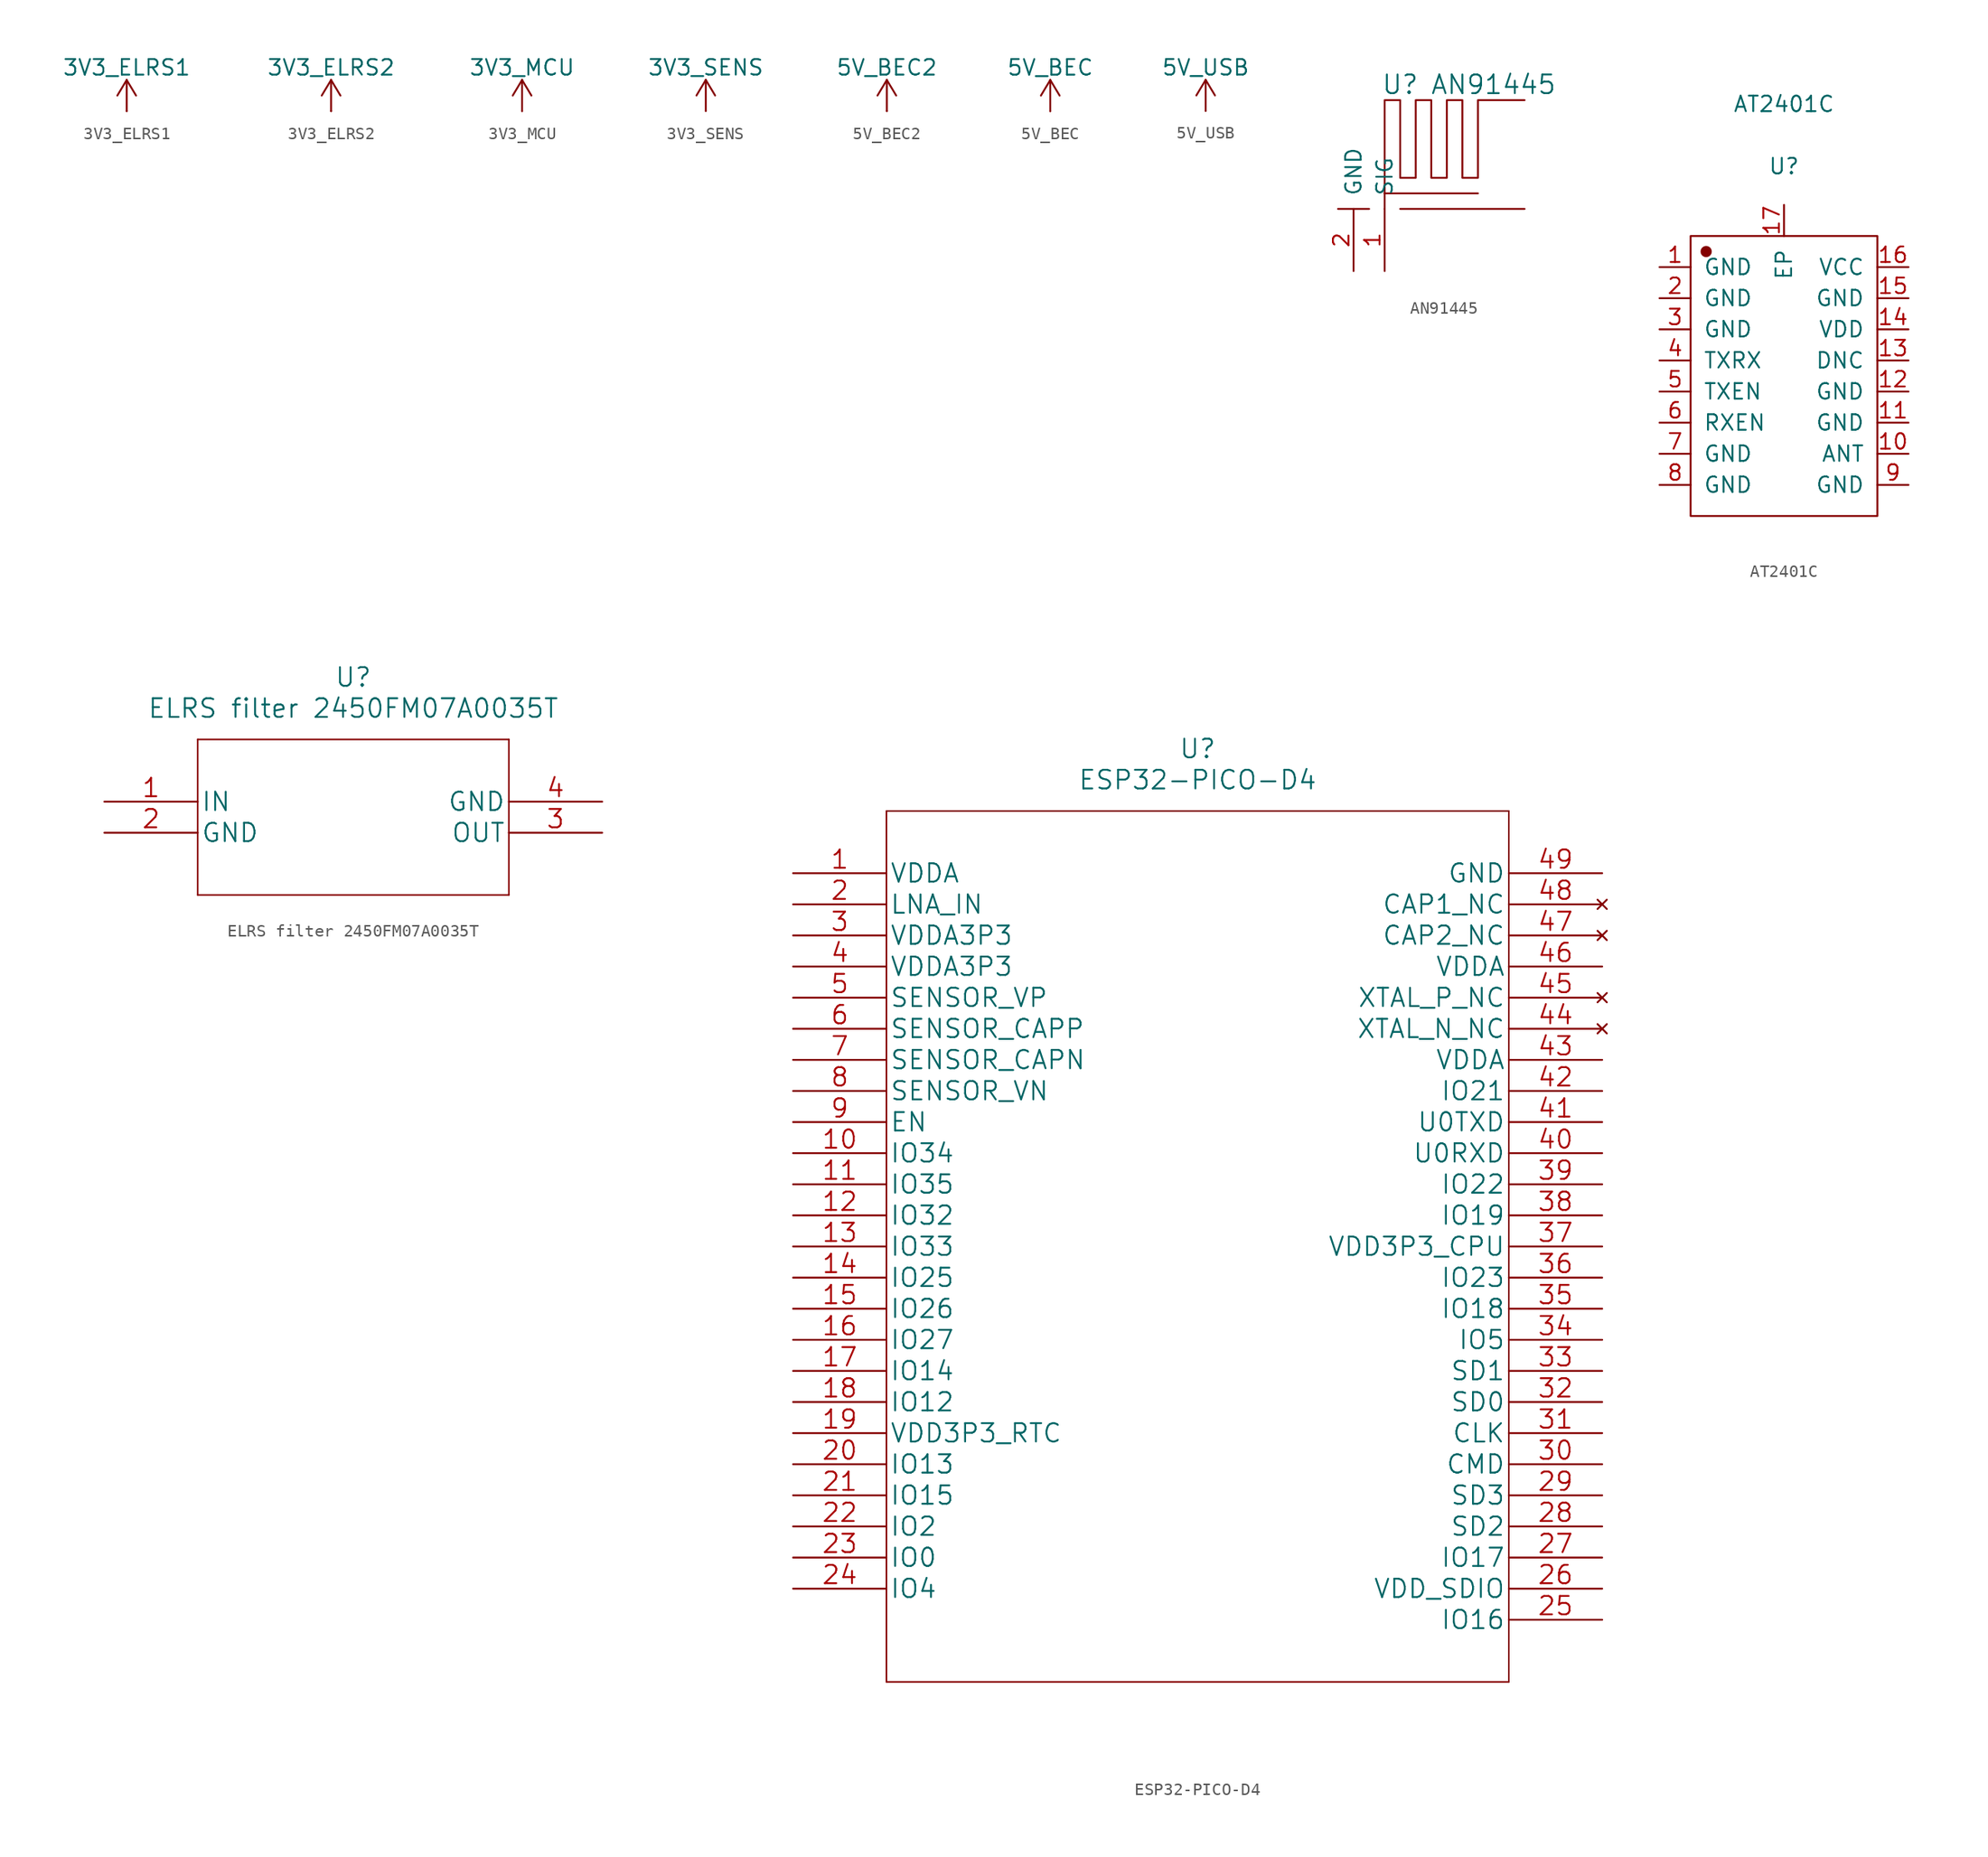
<source format=kicad_sym>
(kicad_symbol_lib
  (version 20231120)
  (generator "kicad_symbol_editor")
  (generator_version "8.0")
  (symbol "3V3_ELRS1"
    (power)
    (pin_numbers hide)
    (pin_names
      (offset 0) hide)
    (property "Reference" "#PWR"
      (at 0 -3.81 0)
      (effects (font (size 1.27 1.27)) (hide yes)))
    (property "Value" "3V3_ELRS1"
      (at 0 3.556 0)
      (effects (font (size 1.27 1.27))))
    (symbol "3V3_ELRS1_0_1"
      (polyline (pts (xy -0.762 1.27) (xy 0 2.54)) (stroke (width 0) (type default)) (fill (type none)))
      (polyline (pts (xy 0 0) (xy 0 2.54)) (stroke (width 0) (type default)) (fill (type none)))
      (polyline (pts (xy 0 2.54) (xy 0.762 1.27)) (stroke (width 0) (type default)) (fill (type none))))
    (symbol "3V3_ELRS1_1_1"
      (pin power_in line (at 0 0 90) (length 0) (name "~" (effects (font (size 1.27 1.27)))) (number "1" (effects (font (size 1.27 1.27)))))))
  (symbol "3V3_ELRS2"
    (power)
    (pin_numbers hide)
    (pin_names
      (offset 0) hide)
    (property "Reference" "#PWR"
      (at 0 -3.81 0)
      (effects (font (size 1.27 1.27)) (hide yes)))
    (property "Value" "3V3_ELRS2"
      (at 0 3.556 0)
      (effects (font (size 1.27 1.27))))
    (symbol "3V3_ELRS2_0_1"
      (polyline (pts (xy -0.762 1.27) (xy 0 2.54)) (stroke (width 0) (type default)) (fill (type none)))
      (polyline (pts (xy 0 0) (xy 0 2.54)) (stroke (width 0) (type default)) (fill (type none)))
      (polyline (pts (xy 0 2.54) (xy 0.762 1.27)) (stroke (width 0) (type default)) (fill (type none))))
    (symbol "3V3_ELRS2_1_1"
      (pin power_in line (at 0 0 90) (length 0) (name "~" (effects (font (size 1.27 1.27)))) (number "1" (effects (font (size 1.27 1.27)))))))
  (symbol "3V3_MCU"
    (power)
    (pin_numbers hide)
    (pin_names
      (offset 0) hide)
    (property "Reference" "#PWR"
      (at 0 -3.81 0)
      (effects (font (size 1.27 1.27)) (hide yes)))
    (property "Value" "3V3_MCU"
      (at 0 3.556 0)
      (effects (font (size 1.27 1.27))))
    (symbol "3V3_MCU_0_1"
      (polyline (pts (xy -0.762 1.27) (xy 0 2.54)) (stroke (width 0) (type default)) (fill (type none)))
      (polyline (pts (xy 0 0) (xy 0 2.54)) (stroke (width 0) (type default)) (fill (type none)))
      (polyline (pts (xy 0 2.54) (xy 0.762 1.27)) (stroke (width 0) (type default)) (fill (type none))))
    (symbol "3V3_MCU_1_1"
      (pin power_in line (at 0 0 90) (length 0) (name "~" (effects (font (size 1.27 1.27)))) (number "1" (effects (font (size 1.27 1.27)))))))
  (symbol "3V3_SENS"
    (power)
    (pin_numbers hide)
    (pin_names
      (offset 0) hide)
    (property "Reference" "#PWR"
      (at 0 -3.81 0)
      (effects (font (size 1.27 1.27)) (hide yes)))
    (property "Value" "3V3_SENS"
      (at 0 3.556 0)
      (effects (font (size 1.27 1.27))))
    (symbol "3V3_SENS_0_1"
      (polyline (pts (xy -0.762 1.27) (xy 0 2.54)) (stroke (width 0) (type default)) (fill (type none)))
      (polyline (pts (xy 0 0) (xy 0 2.54)) (stroke (width 0) (type default)) (fill (type none)))
      (polyline (pts (xy 0 2.54) (xy 0.762 1.27)) (stroke (width 0) (type default)) (fill (type none))))
    (symbol "3V3_SENS_1_1"
      (pin power_in line (at 0 0 90) (length 0) (name "~" (effects (font (size 1.27 1.27)))) (number "1" (effects (font (size 1.27 1.27)))))))
  (symbol "5V_BEC2"
    (power)
    (pin_numbers hide)
    (pin_names
      (offset 0) hide)
    (property "Reference" "#PWR"
      (at 0 -3.81 0)
      (effects (font (size 1.27 1.27)) (hide yes)))
    (property "Value" "5V_BEC2"
      (at 0 3.556 0)
      (effects (font (size 1.27 1.27))))
    (symbol "5V_BEC2_0_1"
      (polyline (pts (xy -0.762 1.27) (xy 0 2.54)) (stroke (width 0) (type default)) (fill (type none)))
      (polyline (pts (xy 0 0) (xy 0 2.54)) (stroke (width 0) (type default)) (fill (type none)))
      (polyline (pts (xy 0 2.54) (xy 0.762 1.27)) (stroke (width 0) (type default)) (fill (type none))))
    (symbol "5V_BEC2_1_1"
      (pin power_in line (at 0 0 90) (length 0) (name "~" (effects (font (size 1.27 1.27)))) (number "1" (effects (font (size 1.27 1.27)))))))
  (symbol "5V_BEC"
    (power)
    (pin_numbers hide)
    (pin_names
      (offset 0) hide)
    (property "Reference" "#PWR"
      (at 0 -3.81 0)
      (effects (font (size 1.27 1.27)) (hide yes)))
    (property "Value" "5V_BEC"
      (at 0 3.556 0)
      (effects (font (size 1.27 1.27))))
    (symbol "5V_BEC_0_1"
      (polyline (pts (xy -0.762 1.27) (xy 0 2.54)) (stroke (width 0) (type default)) (fill (type none)))
      (polyline (pts (xy 0 0) (xy 0 2.54)) (stroke (width 0) (type default)) (fill (type none)))
      (polyline (pts (xy 0 2.54) (xy 0.762 1.27)) (stroke (width 0) (type default)) (fill (type none))))
    (symbol "5V_BEC_1_1"
      (pin power_in line (at 0 0 90) (length 0) (name "~" (effects (font (size 1.27 1.27)))) (number "1" (effects (font (size 1.27 1.27)))))))
  (symbol "5V_USB"
    (power)
    (pin_numbers hide)
    (pin_names
      (offset 0) hide)
    (property "Reference" "#PWR"
      (at 0 -3.81 0)
      (effects (font (size 1.27 1.27)) (hide yes)))
    (property "Value" "5V_USB"
      (at 0 3.556 0)
      (effects (font (size 1.27 1.27))))
    (symbol "5V_USB_0_1"
      (polyline (pts (xy -0.762 1.27) (xy 0 2.54)) (stroke (width 0) (type default)) (fill (type none)))
      (polyline (pts (xy 0 0) (xy 0 2.54)) (stroke (width 0) (type default)) (fill (type none)))
      (polyline (pts (xy 0 2.54) (xy 0.762 1.27)) (stroke (width 0) (type default)) (fill (type none))))
    (symbol "5V_USB_1_1"
      (pin power_in line (at 0 0 90) (length 0) (name "~" (effects (font (size 1.27 1.27)))) (number "1" (effects (font (size 1.27 1.27)))))))
  (symbol "AN91445"
    (pin_names
      (offset 1.016))
    (property "Reference" "U"
      (at 1.27 8.89 0)
      (effects (font (size 1.524 1.524))))
    (property "Value" "AN91445"
      (at 8.89 8.89 0)
      (effects (font (size 1.524 1.524))))
    (symbol "AN91445_0_1"
      (polyline (pts (xy -1.27 -1.27) (xy -3.81 -1.27)) (stroke (width 0) (type default)) (fill (type none)))
      (polyline (pts (xy 0 0) (xy 0 -1.27)) (stroke (width 0) (type default)) (fill (type none)))
      (polyline (pts (xy 0 0) (xy 7.62 0)) (stroke (width 0) (type default)) (fill (type none)))
      (polyline (pts (xy 1.27 -1.27) (xy 11.43 -1.27)) (stroke (width 0) (type default)) (fill (type none)))
      (polyline (pts (xy 0 0) (xy 0 7.62) (xy 1.27 7.62) (xy 1.27 1.27) (xy 2.54 1.27) (xy 2.54 7.62) (xy 3.81 7.62) (xy 3.81 1.27) (xy 5.08 1.27) (xy 5.08 7.62) (xy 6.35 7.62) (xy 6.35 1.27) (xy 7.62 1.27) (xy 7.62 7.62) (xy 11.43 7.62)) (stroke (width 0) (type default)) (fill (type none))))
    (symbol "AN91445_1_1"
      (pin input line (at 0 -6.35 90) (length 5.08) (name "SIG" (effects (font (size 1.27 1.27)))) (number "1" (effects (font (size 1.27 1.27)))))
      (pin input line (at -2.54 -6.35 90) (length 5.08) (name "GND" (effects (font (size 1.27 1.27)))) (number "2" (effects (font (size 1.27 1.27)))))))
  (symbol "AT2401C"
    (pin_names
      (offset 1.016))
    (property "Reference" "U"
      (at 0 17.12 0)
      (effects (font (size 1.27 1.27))))
    (property "Value" "AT2401C"
      (at 0 22.2 0)
      (effects (font (size 1.27 1.27))))
    (symbol "AT2401C_1_1"
      (rectangle (start -7.62 11.43) (end 7.62 -11.43) (stroke (width 0.152) (type default)) (fill (type none)))
      (circle (center -6.35 10.16) (radius 0.381) (stroke (width 0.152) (type default)) (fill (type outline)))
      (pin input line (at -10.16 8.89 0) (length 2.54) (name "GND" (effects (font (size 1.27 1.27)))) (number "1" (effects (font (size 1.27 1.27)))))
      (pin input line (at 10.16 -6.35 180) (length 2.54) (name "ANT" (effects (font (size 1.27 1.27)))) (number "10" (effects (font (size 1.27 1.27)))))
      (pin input line (at 10.16 -3.81 180) (length 2.54) (name "GND" (effects (font (size 1.27 1.27)))) (number "11" (effects (font (size 1.27 1.27)))))
      (pin input line (at 10.16 -1.27 180) (length 2.54) (name "GND" (effects (font (size 1.27 1.27)))) (number "12" (effects (font (size 1.27 1.27)))))
      (pin input line (at 10.16 1.27 180) (length 2.54) (name "DNC" (effects (font (size 1.27 1.27)))) (number "13" (effects (font (size 1.27 1.27)))))
      (pin input line (at 10.16 3.81 180) (length 2.54) (name "VDD" (effects (font (size 1.27 1.27)))) (number "14" (effects (font (size 1.27 1.27)))))
      (pin input line (at 10.16 6.35 180) (length 2.54) (name "GND" (effects (font (size 1.27 1.27)))) (number "15" (effects (font (size 1.27 1.27)))))
      (pin input line (at 10.16 8.89 180) (length 2.54) (name "VCC" (effects (font (size 1.27 1.27)))) (number "16" (effects (font (size 1.27 1.27)))))
      (pin input line (at 0 13.97 270) (length 2.54) (name "EP" (effects (font (size 1.27 1.27)))) (number "17" (effects (font (size 1.27 1.27)))))
      (pin input line (at -10.16 6.35 0) (length 2.54) (name "GND" (effects (font (size 1.27 1.27)))) (number "2" (effects (font (size 1.27 1.27)))))
      (pin input line (at -10.16 3.81 0) (length 2.54) (name "GND" (effects (font (size 1.27 1.27)))) (number "3" (effects (font (size 1.27 1.27)))))
      (pin input line (at -10.16 1.27 0) (length 2.54) (name "TXRX" (effects (font (size 1.27 1.27)))) (number "4" (effects (font (size 1.27 1.27)))))
      (pin input line (at -10.16 -1.27 0) (length 2.54) (name "TXEN" (effects (font (size 1.27 1.27)))) (number "5" (effects (font (size 1.27 1.27)))))
      (pin input line (at -10.16 -3.81 0) (length 2.54) (name "RXEN" (effects (font (size 1.27 1.27)))) (number "6" (effects (font (size 1.27 1.27)))))
      (pin input line (at -10.16 -6.35 0) (length 2.54) (name "GND" (effects (font (size 1.27 1.27)))) (number "7" (effects (font (size 1.27 1.27)))))
      (pin input line (at -10.16 -8.89 0) (length 2.54) (name "GND" (effects (font (size 1.27 1.27)))) (number "8" (effects (font (size 1.27 1.27)))))
      (pin input line (at 10.16 -8.89 180) (length 2.54) (name "GND" (effects (font (size 1.27 1.27)))) (number "9" (effects (font (size 1.27 1.27)))))))
  (symbol "ELRS filter 2450FM07A0035T"
    (pin_names
      (offset 0.254))
    (property "Reference" "U"
      (at 20.32 10.16 0)
      (effects (font (size 1.524 1.524))))
    (property "Value" "ELRS filter 2450FM07A0035T"
      (at 20.32 7.62 0)
      (effects (font (size 1.524 1.524))))
    (property "Datasheet" ""
      (at 0 0 0)
      (effects (font (size 1.524 1.524))))
    (symbol "ELRS filter 2450FM07A0035T_1_1"
      (polyline (pts (xy 7.62 -7.62) (xy 33.02 -7.62)) (stroke (width 0.127) (type default)) (fill (type none)))
      (polyline (pts (xy 7.62 5.08) (xy 7.62 -7.62)) (stroke (width 0.127) (type default)) (fill (type none)))
      (polyline (pts (xy 33.02 -7.62) (xy 33.02 5.08)) (stroke (width 0.127) (type default)) (fill (type none)))
      (polyline (pts (xy 33.02 5.08) (xy 7.62 5.08)) (stroke (width 0.127) (type default)) (fill (type none)))
      (pin input line (at 0 0 0) (length 7.62) (name "IN" (effects (font (size 1.499 1.499)))) (number "1" (effects (font (size 1.499 1.499)))))
      (pin power_in line (at 0 -2.54 0) (length 7.62) (name "GND" (effects (font (size 1.499 1.499)))) (number "2" (effects (font (size 1.499 1.499)))))
      (pin output line (at 40.64 -2.54 180) (length 7.62) (name "OUT" (effects (font (size 1.499 1.499)))) (number "3" (effects (font (size 1.499 1.499)))))
      (pin power_in line (at 40.64 0 180) (length 7.62) (name "GND" (effects (font (size 1.499 1.499)))) (number "4" (effects (font (size 1.499 1.499)))))))
  (symbol "ESP32-PICO-D4"
    (pin_names
      (offset 0.254))
    (property "Reference" "U"
      (at 33.02 10.16 0)
      (effects (font (size 1.524 1.524))))
    (property "Value" "ESP32-PICO-D4"
      (at 33.02 7.62 0)
      (effects (font (size 1.524 1.524))))
    (property "Datasheet" ""
      (at 0 0 0)
      (effects (font (size 1.524 1.524))))
    (symbol "ESP32-PICO-D4_1_1"
      (polyline (pts (xy 7.62 -66.04) (xy 58.42 -66.04)) (stroke (width 0.127) (type default)) (fill (type none)))
      (polyline (pts (xy 7.62 5.08) (xy 7.62 -66.04)) (stroke (width 0.127) (type default)) (fill (type none)))
      (polyline (pts (xy 58.42 -66.04) (xy 58.42 5.08)) (stroke (width 0.127) (type default)) (fill (type none)))
      (polyline (pts (xy 58.42 5.08) (xy 7.62 5.08)) (stroke (width 0.127) (type default)) (fill (type none)))
      (pin power_in line (at 0 0 0) (length 7.62) (name "VDDA" (effects (font (size 1.499 1.499)))) (number "1" (effects (font (size 1.499 1.499)))))
      (pin input line (at 0 -22.86 0) (length 7.62) (name "IO34" (effects (font (size 1.499 1.499)))) (number "10" (effects (font (size 1.499 1.499)))))
      (pin input line (at 0 -25.4 0) (length 7.62) (name "IO35" (effects (font (size 1.499 1.499)))) (number "11" (effects (font (size 1.499 1.499)))))
      (pin bidirectional line (at 0 -27.94 0) (length 7.62) (name "IO32" (effects (font (size 1.499 1.499)))) (number "12" (effects (font (size 1.499 1.499)))))
      (pin bidirectional line (at 0 -30.48 0) (length 7.62) (name "IO33" (effects (font (size 1.499 1.499)))) (number "13" (effects (font (size 1.499 1.499)))))
      (pin bidirectional line (at 0 -33.02 0) (length 7.62) (name "IO25" (effects (font (size 1.499 1.499)))) (number "14" (effects (font (size 1.499 1.499)))))
      (pin bidirectional line (at 0 -35.56 0) (length 7.62) (name "IO26" (effects (font (size 1.499 1.499)))) (number "15" (effects (font (size 1.499 1.499)))))
      (pin bidirectional line (at 0 -38.1 0) (length 7.62) (name "IO27" (effects (font (size 1.499 1.499)))) (number "16" (effects (font (size 1.499 1.499)))))
      (pin bidirectional line (at 0 -40.64 0) (length 7.62) (name "IO14" (effects (font (size 1.499 1.499)))) (number "17" (effects (font (size 1.499 1.499)))))
      (pin bidirectional line (at 0 -43.18 0) (length 7.62) (name "IO12" (effects (font (size 1.499 1.499)))) (number "18" (effects (font (size 1.499 1.499)))))
      (pin power_in line (at 0 -45.72 0) (length 7.62) (name "VDD3P3_RTC" (effects (font (size 1.499 1.499)))) (number "19" (effects (font (size 1.499 1.499)))))
      (pin bidirectional line (at 0 -2.54 0) (length 7.62) (name "LNA_IN" (effects (font (size 1.499 1.499)))) (number "2" (effects (font (size 1.499 1.499)))))
      (pin bidirectional line (at 0 -48.26 0) (length 7.62) (name "IO13" (effects (font (size 1.499 1.499)))) (number "20" (effects (font (size 1.499 1.499)))))
      (pin bidirectional line (at 0 -50.8 0) (length 7.62) (name "IO15" (effects (font (size 1.499 1.499)))) (number "21" (effects (font (size 1.499 1.499)))))
      (pin bidirectional line (at 0 -53.34 0) (length 7.62) (name "IO2" (effects (font (size 1.499 1.499)))) (number "22" (effects (font (size 1.499 1.499)))))
      (pin bidirectional line (at 0 -55.88 0) (length 7.62) (name "IO0" (effects (font (size 1.499 1.499)))) (number "23" (effects (font (size 1.499 1.499)))))
      (pin bidirectional line (at 0 -58.42 0) (length 7.62) (name "IO4" (effects (font (size 1.499 1.499)))) (number "24" (effects (font (size 1.499 1.499)))))
      (pin bidirectional line (at 66.04 -60.96 180) (length 7.62) (name "IO16" (effects (font (size 1.499 1.499)))) (number "25" (effects (font (size 1.499 1.499)))))
      (pin power_in line (at 66.04 -58.42 180) (length 7.62) (name "VDD_SDIO" (effects (font (size 1.499 1.499)))) (number "26" (effects (font (size 1.499 1.499)))))
      (pin bidirectional line (at 66.04 -55.88 180) (length 7.62) (name "IO17" (effects (font (size 1.499 1.499)))) (number "27" (effects (font (size 1.499 1.499)))))
      (pin bidirectional line (at 66.04 -53.34 180) (length 7.62) (name "SD2" (effects (font (size 1.499 1.499)))) (number "28" (effects (font (size 1.499 1.499)))))
      (pin bidirectional line (at 66.04 -50.8 180) (length 7.62) (name "SD3" (effects (font (size 1.499 1.499)))) (number "29" (effects (font (size 1.499 1.499)))))
      (pin power_in line (at 0 -5.08 0) (length 7.62) (name "VDDA3P3" (effects (font (size 1.499 1.499)))) (number "3" (effects (font (size 1.499 1.499)))))
      (pin bidirectional line (at 66.04 -48.26 180) (length 7.62) (name "CMD" (effects (font (size 1.499 1.499)))) (number "30" (effects (font (size 1.499 1.499)))))
      (pin bidirectional line (at 66.04 -45.72 180) (length 7.62) (name "CLK" (effects (font (size 1.499 1.499)))) (number "31" (effects (font (size 1.499 1.499)))))
      (pin bidirectional line (at 66.04 -43.18 180) (length 7.62) (name "SD0" (effects (font (size 1.499 1.499)))) (number "32" (effects (font (size 1.499 1.499)))))
      (pin bidirectional line (at 66.04 -40.64 180) (length 7.62) (name "SD1" (effects (font (size 1.499 1.499)))) (number "33" (effects (font (size 1.499 1.499)))))
      (pin bidirectional line (at 66.04 -38.1 180) (length 7.62) (name "IO5" (effects (font (size 1.499 1.499)))) (number "34" (effects (font (size 1.499 1.499)))))
      (pin bidirectional line (at 66.04 -35.56 180) (length 7.62) (name "IO18" (effects (font (size 1.499 1.499)))) (number "35" (effects (font (size 1.499 1.499)))))
      (pin bidirectional line (at 66.04 -33.02 180) (length 7.62) (name "IO23" (effects (font (size 1.499 1.499)))) (number "36" (effects (font (size 1.499 1.499)))))
      (pin power_in line (at 66.04 -30.48 180) (length 7.62) (name "VDD3P3_CPU" (effects (font (size 1.499 1.499)))) (number "37" (effects (font (size 1.499 1.499)))))
      (pin bidirectional line (at 66.04 -27.94 180) (length 7.62) (name "IO19" (effects (font (size 1.499 1.499)))) (number "38" (effects (font (size 1.499 1.499)))))
      (pin bidirectional line (at 66.04 -25.4 180) (length 7.62) (name "IO22" (effects (font (size 1.499 1.499)))) (number "39" (effects (font (size 1.499 1.499)))))
      (pin power_in line (at 0 -7.62 0) (length 7.62) (name "VDDA3P3" (effects (font (size 1.499 1.499)))) (number "4" (effects (font (size 1.499 1.499)))))
      (pin bidirectional line (at 66.04 -22.86 180) (length 7.62) (name "U0RXD" (effects (font (size 1.499 1.499)))) (number "40" (effects (font (size 1.499 1.499)))))
      (pin bidirectional line (at 66.04 -20.32 180) (length 7.62) (name "U0TXD" (effects (font (size 1.499 1.499)))) (number "41" (effects (font (size 1.499 1.499)))))
      (pin bidirectional line (at 66.04 -17.78 180) (length 7.62) (name "IO21" (effects (font (size 1.499 1.499)))) (number "42" (effects (font (size 1.499 1.499)))))
      (pin power_in line (at 66.04 -15.24 180) (length 7.62) (name "VDDA" (effects (font (size 1.499 1.499)))) (number "43" (effects (font (size 1.499 1.499)))))
      (pin no_connect line (at 66.04 -12.7 180) (length 7.62) (name "XTAL_N_NC" (effects (font (size 1.499 1.499)))) (number "44" (effects (font (size 1.499 1.499)))))
      (pin no_connect line (at 66.04 -10.16 180) (length 7.62) (name "XTAL_P_NC" (effects (font (size 1.499 1.499)))) (number "45" (effects (font (size 1.499 1.499)))))
      (pin power_in line (at 66.04 -7.62 180) (length 7.62) (name "VDDA" (effects (font (size 1.499 1.499)))) (number "46" (effects (font (size 1.499 1.499)))))
      (pin no_connect line (at 66.04 -5.08 180) (length 7.62) (name "CAP2_NC" (effects (font (size 1.499 1.499)))) (number "47" (effects (font (size 1.499 1.499)))))
      (pin no_connect line (at 66.04 -2.54 180) (length 7.62) (name "CAP1_NC" (effects (font (size 1.499 1.499)))) (number "48" (effects (font (size 1.499 1.499)))))
      (pin power_in line (at 66.04 0 180) (length 7.62) (name "GND" (effects (font (size 1.499 1.499)))) (number "49" (effects (font (size 1.499 1.499)))))
      (pin input line (at 0 -10.16 0) (length 7.62) (name "SENSOR_VP" (effects (font (size 1.499 1.499)))) (number "5" (effects (font (size 1.499 1.499)))))
      (pin input line (at 0 -12.7 0) (length 7.62) (name "SENSOR_CAPP" (effects (font (size 1.499 1.499)))) (number "6" (effects (font (size 1.499 1.499)))))
      (pin input line (at 0 -15.24 0) (length 7.62) (name "SENSOR_CAPN" (effects (font (size 1.499 1.499)))) (number "7" (effects (font (size 1.499 1.499)))))
      (pin input line (at 0 -17.78 0) (length 7.62) (name "SENSOR_VN" (effects (font (size 1.499 1.499)))) (number "8" (effects (font (size 1.499 1.499)))))
      (pin input line (at 0 -20.32 0) (length 7.62) (name "EN" (effects (font (size 1.499 1.499)))) (number "9" (effects (font (size 1.499 1.499))))))))
</source>
